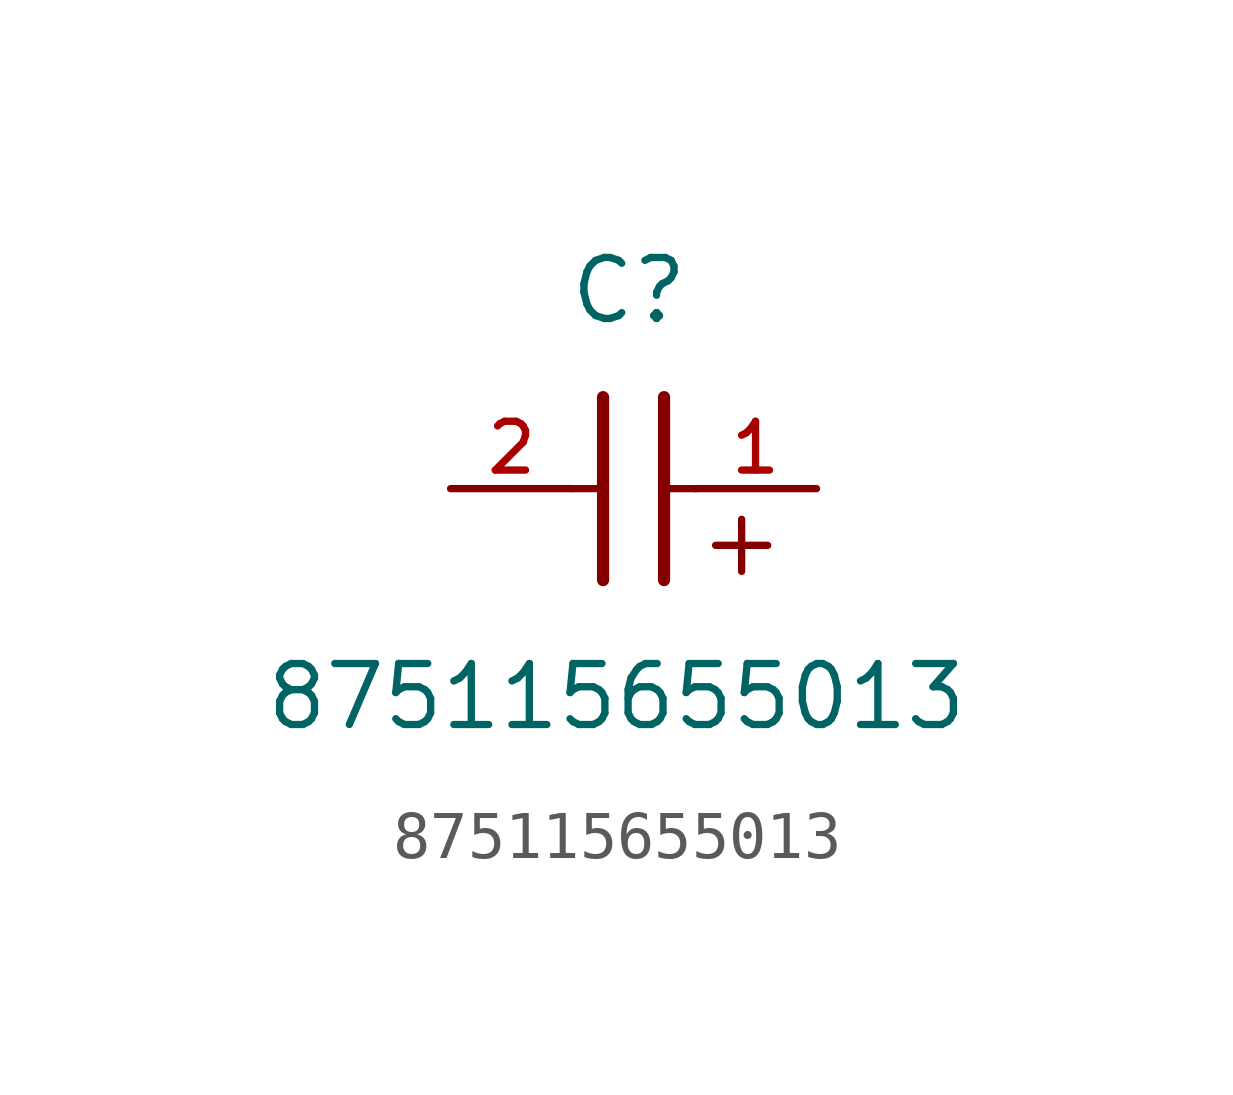
<source format=kicad_sym>
(kicad_symbol_lib
  (version 20211014)
  (generator kicad_symbol_editor)
  (symbol "875115655013"
    (pin_names
      (offset 1.016))
    (property "Reference" "C"
      (at 1.175 3.38 0)
      (effects (font (size 1.27 1.27)) (justify bottom)))
    (property "Value" "875115655013"
      (at 0.915 -5.075 0)
      (effects (font (size 1.27 1.27)) (justify bottom)))
    (symbol "875115655013_0_0"
      (text "+" (at 2.54 -1.905 0) (effects (font (size 1.422 1.422)) (justify bottom left)))
      (polyline (pts (xy 1.905 1.905) (xy 1.905 -1.905)) (stroke (width 0.254)))
      (polyline (pts (xy 0.635 -1.905) (xy 0.635 1.905)) (stroke (width 0.254)))
      (polyline (pts (xy 0.0 0.0) (xy 0.643 0.0)) (stroke (width 0.152)))
      (polyline (pts (xy 1.928 0.0) (xy 2.57 0.0)) (stroke (width 0.152)))
      (pin passive line (at 5.08 0.0 180.0) (length 2.54) (name "~" (effects (font (size 1.016 1.016)))) (number "1" (effects (font (size 1.016 1.016)))))
      (pin passive line (at -2.54 0.0 0) (length 2.54) (name "~" (effects (font (size 1.016 1.016)))) (number "2" (effects (font (size 1.016 1.016))))))))
</source>
